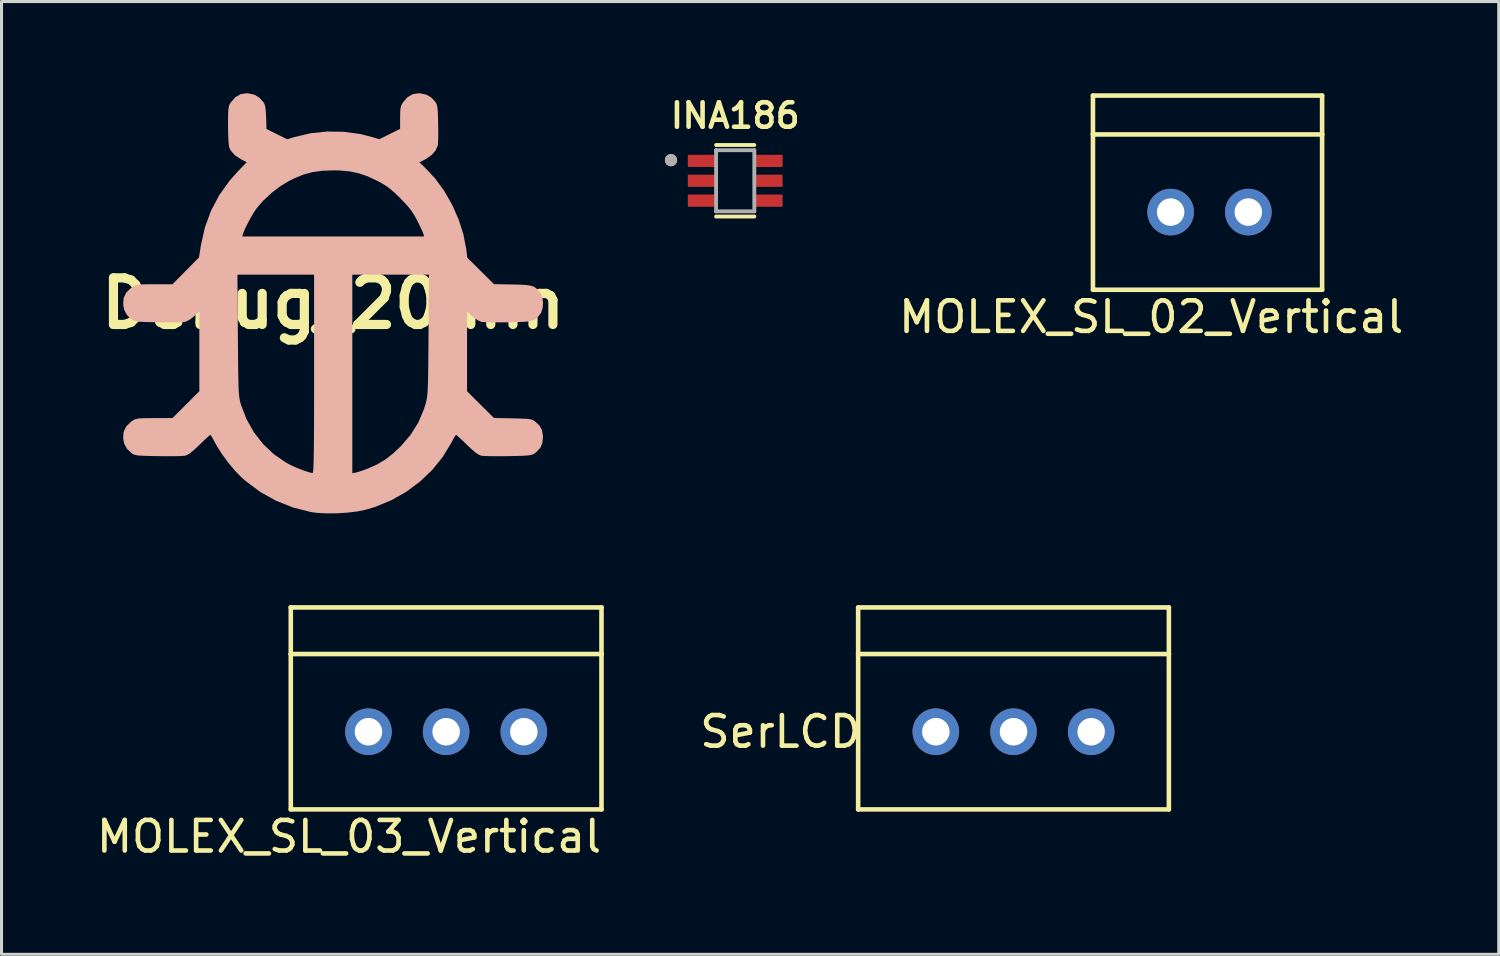
<source format=kicad_pcb>
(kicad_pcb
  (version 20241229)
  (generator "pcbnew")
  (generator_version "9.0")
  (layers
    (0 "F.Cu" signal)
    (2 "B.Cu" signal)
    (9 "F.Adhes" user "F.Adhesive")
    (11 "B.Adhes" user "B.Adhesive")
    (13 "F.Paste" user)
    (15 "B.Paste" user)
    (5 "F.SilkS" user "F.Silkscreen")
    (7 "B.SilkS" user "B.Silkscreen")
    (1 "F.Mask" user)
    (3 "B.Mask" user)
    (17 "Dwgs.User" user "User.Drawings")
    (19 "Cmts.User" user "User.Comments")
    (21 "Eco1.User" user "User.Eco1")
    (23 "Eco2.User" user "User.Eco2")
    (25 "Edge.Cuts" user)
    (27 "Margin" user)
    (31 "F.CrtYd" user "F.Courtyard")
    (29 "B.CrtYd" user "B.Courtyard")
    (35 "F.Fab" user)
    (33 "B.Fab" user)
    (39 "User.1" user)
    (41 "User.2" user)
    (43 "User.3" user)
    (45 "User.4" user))
  (footprint "MOLEX_SL_02_Vertical"
    (layer "F.Cu")
    (at 35.228 3.885)
    (property "Reference" "MOLEX_SL_02_Vertical" (at -0.635 3.429 0) (layer "F.SilkS") (effects (font (size 1 1) (thickness 0.15))))
    (attr through_hole)
    (fp_line (start -2.54 -3.81) (end 4.953 -3.81) (stroke (width 0.15) (type solid)) (layer "F.SilkS"))
    (fp_line (start -2.54 -2.54) (end -2.54 -3.81) (stroke (width 0.15) (type solid)) (layer "F.SilkS"))
    (fp_line (start -2.54 -2.54) (end -2.54 2.54) (stroke (width 0.15) (type solid)) (layer "F.SilkS"))
    (fp_line (start -2.54 -2.54) (end 4.953 -2.54) (stroke (width 0.15) (type solid)) (layer "F.SilkS"))
    (fp_line (start 4.953 -3.81) (end 4.953 -2.54) (stroke (width 0.15) (type solid)) (layer "F.SilkS"))
    (fp_line (start 4.953 -2.54) (end 4.953 2.54) (stroke (width 0.15) (type solid)) (layer "F.SilkS"))
    (fp_line (start 4.953 2.54) (end -2.54 2.54) (stroke (width 0.15) (type solid)) (layer "F.SilkS"))
    (pad "1" thru_hole circle (at 0 0) (size 1.524 1.524) (drill 0.9) (layers "*.Cu" "*.Mask"))
    (pad "2" thru_hole circle (at 2.54 0) (size 1.524 1.524) (drill 0.9) (layers "*.Cu" "*.Mask")))
  (footprint "Debug_20mm"
    (layer "F.Cu")
    (at 7.845 6.87)
    (property "Reference" "Debug_20mm" (at 0 0 0) (layer "F.SilkS") (effects (font (size 1.524 1.524) (thickness 0.3))))
    (attr board_only exclude_from_pos_files exclude_from_bom)
    (fp_poly (pts (xy 2.844 -6.868) (xy 3.049 -6.825) (xy 3.214 -6.726) (xy 3.339 -6.589) (xy 3.37 -6.539) (xy 3.393 -6.478) (xy 3.409 -6.393) (xy 3.42 -6.269) (xy 3.427 -6.092) (xy 3.432 -5.89) (xy 3.435 -5.672) (xy 3.434 -5.472) (xy 3.431 -5.308) (xy 3.424 -5.197) (xy 3.421 -5.171) (xy 3.351 -5.003) (xy 3.215 -4.847) (xy 3.023 -4.716) (xy 3.005 -4.707) (xy 2.816 -4.611) (xy 2.995 -4.445) (xy 3.327 -4.092) (xy 3.628 -3.681) (xy 3.888 -3.227) (xy 4.101 -2.746) (xy 4.258 -2.254) (xy 4.352 -1.767) (xy 4.356 -1.735) (xy 4.383 -1.497) (xy 5.256 -0.629) (xy 5.869 -0.618) (xy 6.123 -0.611) (xy 6.314 -0.6) (xy 6.454 -0.579) (xy 6.558 -0.546) (xy 6.639 -0.494) (xy 6.711 -0.421) (xy 6.777 -0.337) (xy 6.837 -0.203) (xy 6.862 -0.032) (xy 6.85 0.145) (xy 6.803 0.296) (xy 6.777 0.337) (xy 6.709 0.425) (xy 6.644 0.491) (xy 6.571 0.539) (xy 6.478 0.573) (xy 6.352 0.594) (xy 6.182 0.606) (xy 5.956 0.614) (xy 5.732 0.618) (xy 5.488 0.621) (xy 5.264 0.62) (xy 5.073 0.618) (xy 4.93 0.613) (xy 4.852 0.606) (xy 4.746 0.563) (xy 4.619 0.481) (xy 4.549 0.422) (xy 4.377 0.264) (xy 4.377 2.873) (xy 4.816 3.31) (xy 5.256 3.747) (xy 5.869 3.759) (xy 6.105 3.765) (xy 6.277 3.772) (xy 6.398 3.782) (xy 6.481 3.798) (xy 6.54 3.82) (xy 6.589 3.851) (xy 6.589 3.851) (xy 6.738 3.986) (xy 6.823 4.13) (xy 6.856 4.308) (xy 6.858 4.377) (xy 6.839 4.571) (xy 6.772 4.723) (xy 6.645 4.858) (xy 6.589 4.902) (xy 6.546 4.93) (xy 6.493 4.951) (xy 6.421 4.966) (xy 6.316 4.977) (xy 6.166 4.985) (xy 5.961 4.99) (xy 5.732 4.995) (xy 5.488 4.997) (xy 5.262 4.997) (xy 5.07 4.994) (xy 4.927 4.989) (xy 4.847 4.981) (xy 4.762 4.95) (xy 4.657 4.881) (xy 4.522 4.766) (xy 4.375 4.627) (xy 4.244 4.5) (xy 4.132 4.396) (xy 4.053 4.325) (xy 4.018 4.298) (xy 4.018 4.298) (xy 3.991 4.331) (xy 3.939 4.415) (xy 3.874 4.536) (xy 3.864 4.555) (xy 3.583 5.019) (xy 3.239 5.445) (xy 2.838 5.827) (xy 2.389 6.16) (xy 1.898 6.438) (xy 1.375 6.654) (xy 1.062 6.748) (xy 0.788 6.803) (xy 0.468 6.842) (xy 0.127 6.864) (xy -0.209 6.867) (xy -0.517 6.851) (xy -0.733 6.822) (xy -1.32 6.672) (xy -1.872 6.452) (xy -2.388 6.164) (xy -2.865 5.807) (xy -3.01 5.678) (xy -3.13 5.555) (xy 0.625 5.555) (xy 0.752 5.528) (xy 0.855 5.5) (xy 0.997 5.452) (xy 1.131 5.402) (xy 1.438 5.265) (xy 1.709 5.103) (xy 1.967 4.901) (xy 2.208 4.674) (xy 2.531 4.298) (xy 2.783 3.895) (xy 2.968 3.457) (xy 3.018 3.296) (xy 3.037 3.224) (xy 3.053 3.153) (xy 3.067 3.075) (xy 3.078 2.984) (xy 3.087 2.872) (xy 3.094 2.731) (xy 3.1 2.554) (xy 3.104 2.334) (xy 3.108 2.063) (xy 3.111 1.734) (xy 3.115 1.339) (xy 3.117 1.026) (xy 3.131 -0.938) (xy 0.625 -0.938) (xy 0.625 5.555) (xy -3.13 5.555) (xy -3.213 5.469) (xy -3.425 5.216) (xy -3.625 4.945) (xy -3.795 4.681) (xy -3.864 4.555) (xy -3.931 4.431) (xy -3.984 4.34) (xy -4.016 4.299) (xy -4.018 4.298) (xy -4.052 4.324) (xy -4.131 4.394) (xy -4.242 4.498) (xy -4.373 4.625) (xy -4.375 4.627) (xy -4.545 4.787) (xy -4.675 4.895) (xy -4.776 4.957) (xy -4.847 4.981) (xy -4.928 4.989) (xy -5.073 4.994) (xy -5.265 4.997) (xy -5.491 4.997) (xy -5.732 4.995) (xy -5.995 4.99) (xy -6.191 4.984) (xy -6.333 4.976) (xy -6.433 4.965) (xy -6.502 4.948) (xy -6.552 4.926) (xy -6.589 4.902) (xy -6.745 4.754) (xy -6.835 4.584) (xy -6.868 4.408) (xy -6.853 4.202) (xy -6.769 4.026) (xy -6.613 3.873) (xy -6.568 3.84) (xy -6.512 3.806) (xy -6.453 3.782) (xy -6.376 3.766) (xy -6.267 3.757) (xy -6.112 3.753) (xy -5.895 3.751) (xy -5.845 3.751) (xy -5.255 3.751) (xy -4.816 3.311) (xy -4.377 2.871) (xy -4.377 0.264) (xy -4.549 0.422) (xy -4.672 0.519) (xy -4.794 0.587) (xy -4.852 0.606) (xy -4.932 0.613) (xy -5.075 0.618) (xy -5.266 0.62) (xy -5.491 0.621) (xy -5.732 0.618) (xy -5.995 0.613) (xy -6.191 0.607) (xy -6.333 0.599) (xy -6.433 0.588) (xy -6.502 0.572) (xy -6.552 0.55) (xy -6.589 0.525) (xy -6.745 0.377) (xy -6.835 0.208) (xy -6.868 0.031) (xy -6.853 -0.174) (xy -6.769 -0.35) (xy -6.613 -0.504) (xy -6.568 -0.536) (xy -6.512 -0.571) (xy -6.453 -0.595) (xy -6.376 -0.611) (xy -6.267 -0.62) (xy -6.112 -0.624) (xy -5.895 -0.625) (xy -5.845 -0.625) (xy -5.255 -0.625) (xy -4.946 -0.938) (xy -3.131 -0.938) (xy -3.117 1.045) (xy -3.113 1.491) (xy -3.11 1.866) (xy -3.106 2.177) (xy -3.102 2.432) (xy -3.098 2.638) (xy -3.092 2.803) (xy -3.084 2.933) (xy -3.075 3.036) (xy -3.063 3.12) (xy -3.049 3.191) (xy -3.032 3.257) (xy -3.014 3.32) (xy -2.835 3.785) (xy -2.594 4.213) (xy -2.296 4.596) (xy -1.947 4.927) (xy -1.553 5.199) (xy -1.408 5.278) (xy -1.246 5.354) (xy -1.07 5.426) (xy -0.9 5.488) (xy -0.76 5.531) (xy -0.674 5.547) (xy -0.665 5.533) (xy -0.657 5.486) (xy -0.65 5.404) (xy -0.644 5.282) (xy -0.639 5.114) (xy -0.635 4.899) (xy -0.632 4.63) (xy -0.629 4.304) (xy -0.627 3.917) (xy -0.626 3.465) (xy -0.625 2.943) (xy -0.625 2.348) (xy -0.625 2.306) (xy -0.625 -0.938) (xy -3.131 -0.938) (xy -4.946 -0.938) (xy -4.821 -1.065) (xy -4.388 -1.504) (xy -4.325 -1.905) (xy -4.261 -2.188) (xy -2.975 -2.188) (xy 2.975 -2.188) (xy 2.948 -2.276) (xy 2.92 -2.348) (xy 2.864 -2.469) (xy 2.791 -2.62) (xy 2.743 -2.716) (xy 2.649 -2.887) (xy 2.553 -3.035) (xy 2.438 -3.179) (xy 2.288 -3.341) (xy 2.19 -3.441) (xy 2.01 -3.616) (xy 1.858 -3.747) (xy 1.714 -3.852) (xy 1.556 -3.947) (xy 1.457 -3.999) (xy 1.135 -4.15) (xy 0.839 -4.253) (xy 0.542 -4.316) (xy 0.214 -4.345) (xy 0 -4.349) (xy -0.36 -4.336) (xy -0.674 -4.293) (xy -0.968 -4.213) (xy -1.27 -4.09) (xy -1.447 -4.002) (xy -1.739 -3.825) (xy -2.031 -3.6) (xy -2.299 -3.348) (xy -2.515 -3.094) (xy -2.602 -2.963) (xy -2.7 -2.794) (xy -2.798 -2.612) (xy -2.882 -2.441) (xy -2.939 -2.304) (xy -2.948 -2.276) (xy -2.975 -2.188) (xy -4.261 -2.188) (xy -4.195 -2.483) (xy -3.995 -3.029) (xy -3.725 -3.541) (xy -3.384 -4.017) (xy -3.105 -4.33) (xy -2.826 -4.616) (xy -3.005 -4.707) (xy -3.213 -4.841) (xy -3.351 -4.998) (xy -3.397 -5.092) (xy -3.412 -5.169) (xy -3.424 -5.309) (xy -3.433 -5.493) (xy -3.438 -5.708) (xy -3.439 -5.819) (xy -3.438 -6.054) (xy -3.435 -6.225) (xy -3.427 -6.346) (xy -3.414 -6.43) (xy -3.394 -6.493) (xy -3.364 -6.547) (xy -3.35 -6.568) (xy -3.2 -6.741) (xy -3.03 -6.84) (xy -2.832 -6.87) (xy -2.783 -6.868) (xy -2.578 -6.825) (xy -2.414 -6.726) (xy -2.288 -6.589) (xy -2.249 -6.522) (xy -2.223 -6.437) (xy -2.206 -6.313) (xy -2.196 -6.134) (xy -2.194 -6.092) (xy -2.181 -5.702) (xy -1.504 -5.366) (xy -1.27 -5.438) (xy -0.746 -5.562) (xy -0.2 -5.619) (xy 0.351 -5.611) (xy 0.889 -5.537) (xy 1.27 -5.44) (xy 1.504 -5.366) (xy 1.846 -5.536) (xy 2.188 -5.706) (xy 2.188 -6.071) (xy 2.191 -6.253) (xy 2.201 -6.377) (xy 2.223 -6.466) (xy 2.26 -6.541) (xy 2.277 -6.568) (xy 2.427 -6.741) (xy 2.597 -6.84) (xy 2.795 -6.87)) (stroke (width 0) (type solid)) (fill yes) (layer "B.SilkS")))
  (footprint "MOLEX_SL_03_Vertical"
    (layer "F.Cu")
    (at 8.998 20.876)
    (property "Reference" "MOLEX_SL_03_Vertical" (at -0.635 3.429 0) (layer "F.SilkS") (effects (font (size 1 1) (thickness 0.15))))
    (attr through_hole)
    (fp_line (start -2.54 -4.064) (end -2.54 -2.54) (stroke (width 0.15) (type solid)) (layer "F.SilkS"))
    (fp_line (start -2.54 2.54) (end -2.54 -2.54) (stroke (width 0.15) (type solid)) (layer "F.SilkS"))
    (fp_line (start -2.54 2.54) (end 7.62 2.54) (stroke (width 0.15) (type solid)) (layer "F.SilkS"))
    (fp_line (start 7.62 -4.064) (end -2.54 -4.064) (stroke (width 0.15) (type solid)) (layer "F.SilkS"))
    (fp_line (start 7.62 -2.54) (end -2.54 -2.54) (stroke (width 0.15) (type solid)) (layer "F.SilkS"))
    (fp_line (start 7.62 -2.54) (end 7.62 -4.064) (stroke (width 0.15) (type solid)) (layer "F.SilkS"))
    (fp_line (start 7.62 2.54) (end 7.62 -2.54) (stroke (width 0.15) (type solid)) (layer "F.SilkS"))
    (pad "1" thru_hole circle (at 0 0) (size 1.524 1.524) (drill 0.9) (layers "*.Cu" "*.Mask"))
    (pad "2" thru_hole circle (at 2.54 0) (size 1.524 1.524) (drill 0.9) (layers "*.Cu" "*.Mask"))
    (pad "3" thru_hole circle (at 5.08 0) (size 1.524 1.524) (drill 0.9) (layers "*.Cu" "*.Mask")))
  (footprint "INA186"
    (layer "F.Cu")
    (at 20.99 2.861)
    (property "Reference" "INA186" (at 0 -2.13 0) (layer "F.SilkS") (effects (font (size 0.8 0.8) (thickness 0.15))))
    (attr through_hole)
    (fp_line (start -0.625 -1.17) (end 0.625 -1.17) (stroke (width 0.127) (type solid)) (layer "F.SilkS"))
    (fp_line (start -0.625 1.17) (end 0.625 1.17) (stroke (width 0.127) (type solid)) (layer "F.SilkS"))
    (fp_circle (center -2.1 -0.675) (end -2 -0.675) (stroke (width 0.2) (type solid)) (fill no) (layer "F.SilkS"))
    (fp_line (start -0.625 -1) (end -0.625 1) (stroke (width 0.127) (type solid)) (layer "F.Fab"))
    (fp_line (start -0.625 1) (end 0.625 1) (stroke (width 0.127) (type solid)) (layer "F.Fab"))
    (fp_line (start 0.625 -1) (end -0.625 -1) (stroke (width 0.127) (type solid)) (layer "F.Fab"))
    (fp_line (start 0.625 1) (end 0.625 -1) (stroke (width 0.127) (type solid)) (layer "F.Fab"))
    (fp_circle (center -2.1 -0.675) (end -2 -0.675) (stroke (width 0.2) (type solid)) (fill no) (layer "F.Fab"))
    (pad "1" smd roundrect (at -1.1 -0.65) (size 0.9 0.4) (layers "F.Cu" "F.Mask" "F.Paste") (roundrect_rratio 0.05))
    (pad "2" smd roundrect (at -1.1 0) (size 0.9 0.4) (layers "F.Cu" "F.Mask" "F.Paste") (roundrect_rratio 0.05))
    (pad "3" smd roundrect (at -1.1 0.65) (size 0.9 0.4) (layers "F.Cu" "F.Mask" "F.Paste") (roundrect_rratio 0.05))
    (pad "4" smd roundrect (at 1.1 0.65) (size 0.9 0.4) (layers "F.Cu" "F.Mask" "F.Paste") (roundrect_rratio 0.05))
    (pad "5" smd roundrect (at 1.1 0) (size 0.9 0.4) (layers "F.Cu" "F.Mask" "F.Paste") (roundrect_rratio 0.05))
    (pad "6" smd roundrect (at 1.1 -0.65) (size 0.9 0.4) (layers "F.Cu" "F.Mask" "F.Paste") (roundrect_rratio 0.05)))
  (footprint "SerLCD"
    (layer "F.Cu")
    (at 27.55 20.876)
    (property "Reference" "SerLCD" (at -5.08 0 0) (layer "F.SilkS") (effects (font (size 1 1) (thickness 0.15))))
    (attr through_hole)
    (fp_line (start -2.54 -4.064) (end -2.54 -2.54) (stroke (width 0.15) (type solid)) (layer "F.SilkS"))
    (fp_line (start -2.54 2.54) (end -2.54 -2.54) (stroke (width 0.15) (type solid)) (layer "F.SilkS"))
    (fp_line (start -2.54 2.54) (end 7.62 2.54) (stroke (width 0.15) (type solid)) (layer "F.SilkS"))
    (fp_line (start 7.62 -4.064) (end -2.54 -4.064) (stroke (width 0.15) (type solid)) (layer "F.SilkS"))
    (fp_line (start 7.62 -2.54) (end -2.54 -2.54) (stroke (width 0.15) (type solid)) (layer "F.SilkS"))
    (fp_line (start 7.62 -2.54) (end 7.62 -4.064) (stroke (width 0.15) (type solid)) (layer "F.SilkS"))
    (fp_line (start 7.62 2.54) (end 7.62 -2.54) (stroke (width 0.15) (type solid)) (layer "F.SilkS"))
    (pad "1" thru_hole circle (at 0 0) (size 1.524 1.524) (drill 0.9) (layers "*.Cu" "*.Mask"))
    (pad "2" thru_hole circle (at 2.54 0) (size 1.524 1.524) (drill 0.9) (layers "*.Cu" "*.Mask"))
    (pad "3" thru_hole circle (at 5.08 0) (size 1.524 1.524) (drill 0.9) (layers "*.Cu" "*.Mask")))
  (gr_rect
    (start -3 -3)
    (end 45.956 28.154)
    (stroke (width 0.1) (type default))
    (fill no)
    (layer "Edge.Cuts")))
</source>
